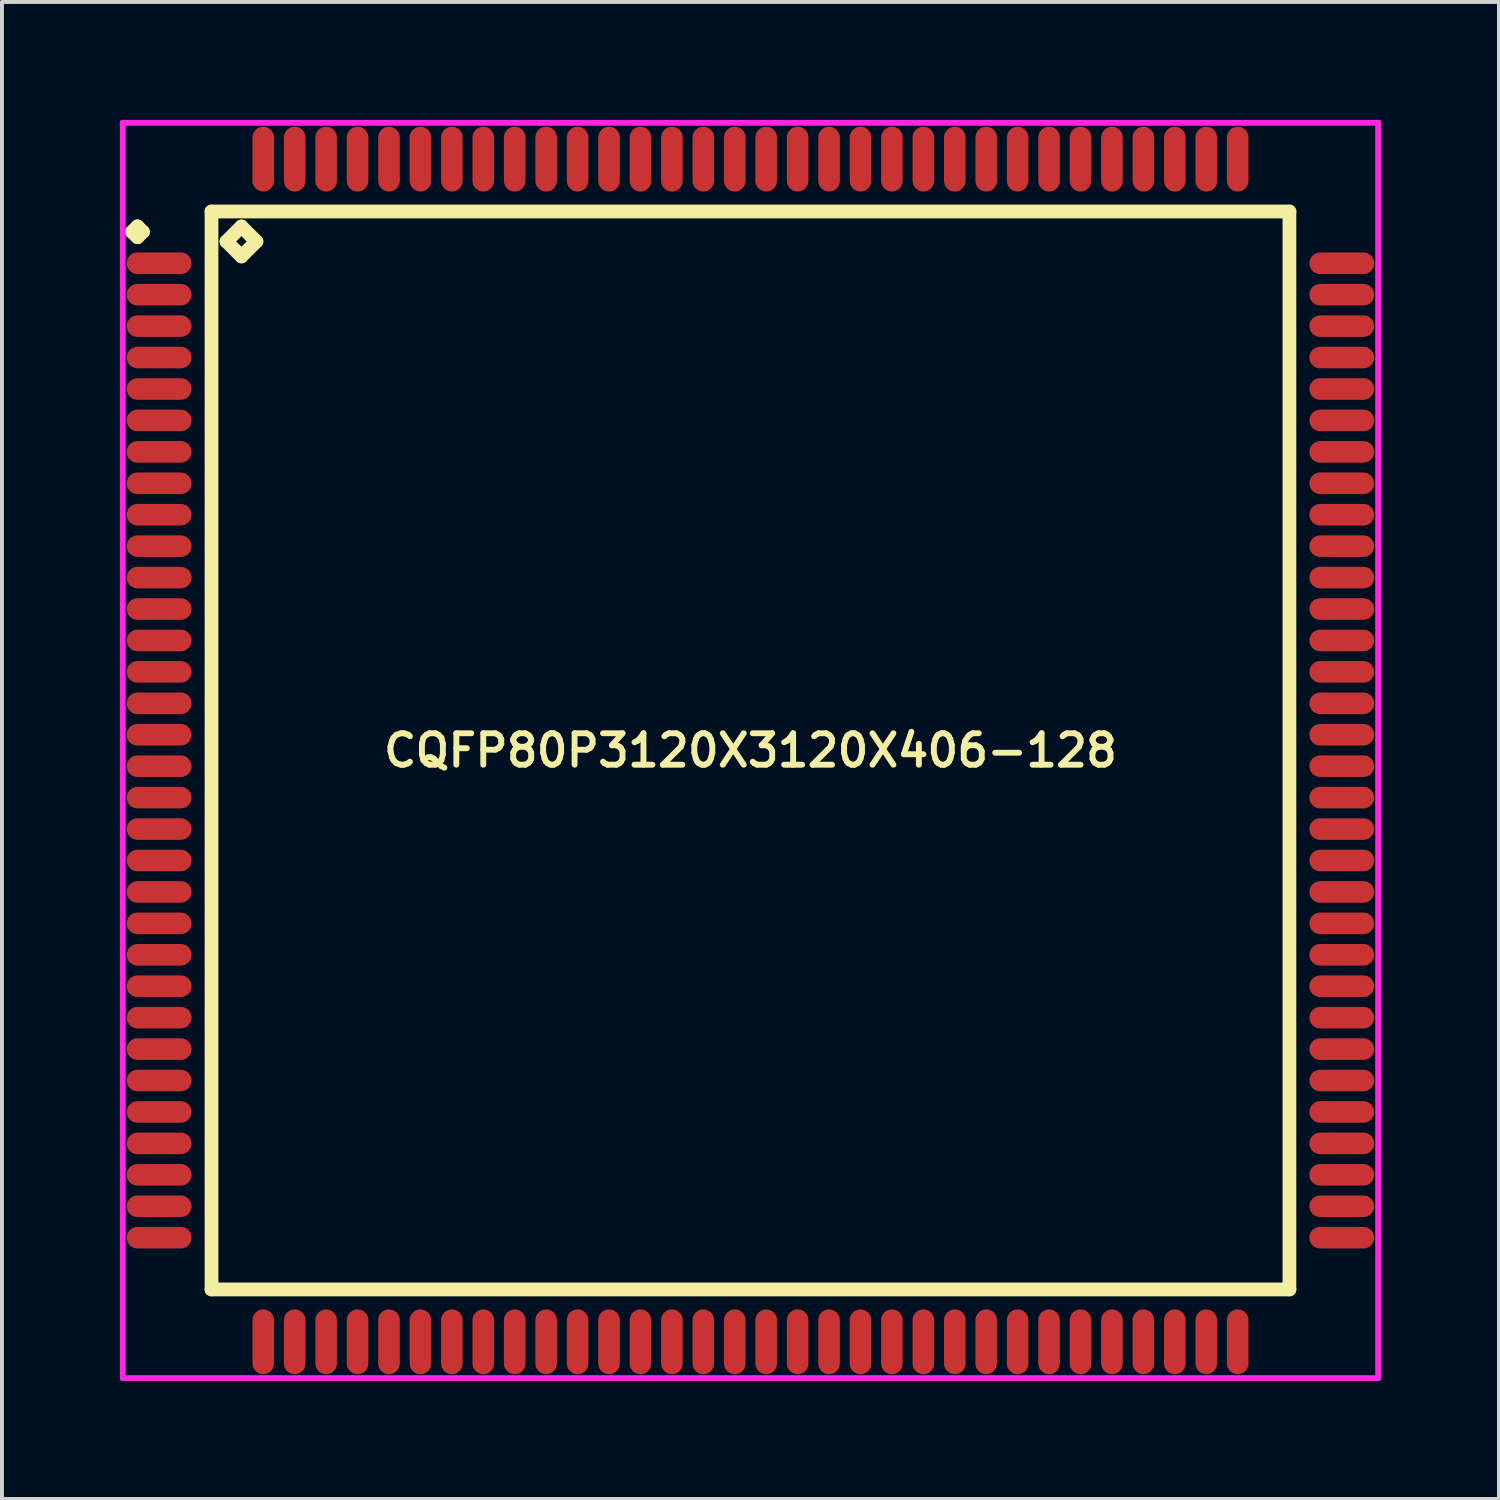
<source format=kicad_pcb>
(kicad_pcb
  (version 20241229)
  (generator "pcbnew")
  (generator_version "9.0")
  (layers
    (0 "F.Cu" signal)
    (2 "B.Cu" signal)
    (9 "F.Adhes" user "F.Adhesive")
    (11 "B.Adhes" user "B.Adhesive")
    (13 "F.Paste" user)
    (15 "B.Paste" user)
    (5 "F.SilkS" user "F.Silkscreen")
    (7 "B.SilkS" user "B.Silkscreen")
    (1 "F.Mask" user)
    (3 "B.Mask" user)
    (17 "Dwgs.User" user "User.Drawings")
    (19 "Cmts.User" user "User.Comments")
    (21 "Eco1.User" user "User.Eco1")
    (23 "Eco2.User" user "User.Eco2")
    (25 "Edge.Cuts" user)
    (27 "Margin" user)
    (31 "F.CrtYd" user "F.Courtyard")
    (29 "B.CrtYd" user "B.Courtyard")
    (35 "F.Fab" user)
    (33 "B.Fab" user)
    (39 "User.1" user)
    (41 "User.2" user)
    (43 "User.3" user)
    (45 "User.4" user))
  (footprint "CQFP80P3120X3120X406-128"
    (layer "F.Cu")
    (at 16.05 16.05)
    (property "Reference" "CQFP80P3120X3120X406-128" (at 0 0 0) (layer "F.SilkS") (effects (font (size 0.8 0.8) (thickness 0.15))))
    (attr smd)
    (fp_line (start -15.738 -13.2) (end -15.6 -13.338) (stroke (width 0.35) (type solid)) (layer "F.SilkS"))
    (fp_line (start -15.6 -13.338) (end -15.463 -13.2) (stroke (width 0.35) (type solid)) (layer "F.SilkS"))
    (fp_line (start -15.6 -13.062) (end -15.738 -13.2) (stroke (width 0.35) (type solid)) (layer "F.SilkS"))
    (fp_line (start -15.463 -13.2) (end -15.6 -13.062) (stroke (width 0.35) (type solid)) (layer "F.SilkS"))
    (fp_line (start -13.717 -13.717) (end -13.717 13.717) (stroke (width 0.35) (type solid)) (layer "F.SilkS"))
    (fp_line (start -13.717 13.717) (end 13.717 13.717) (stroke (width 0.35) (type solid)) (layer "F.SilkS"))
    (fp_line (start -13.336 -12.955) (end -12.955 -13.336) (stroke (width 0.35) (type solid)) (layer "F.SilkS"))
    (fp_line (start -12.955 -13.336) (end -12.574 -12.955) (stroke (width 0.35) (type solid)) (layer "F.SilkS"))
    (fp_line (start -12.955 -12.574) (end -13.336 -12.955) (stroke (width 0.35) (type solid)) (layer "F.SilkS"))
    (fp_line (start -12.574 -12.955) (end -12.955 -12.574) (stroke (width 0.35) (type solid)) (layer "F.SilkS"))
    (fp_line (start 13.717 -13.717) (end -13.717 -13.717) (stroke (width 0.35) (type solid)) (layer "F.SilkS"))
    (fp_line (start 13.717 13.717) (end 13.717 -13.717) (stroke (width 0.35) (type solid)) (layer "F.SilkS"))
    (fp_line (start -15.975 -15.975) (end 15.975 -15.975) (stroke (width 0.15) (type solid)) (layer "F.CrtYd"))
    (fp_line (start -15.975 15.975) (end -15.975 -15.975) (stroke (width 0.15) (type solid)) (layer "F.CrtYd"))
    (fp_line (start 15.975 -15.975) (end 15.975 15.975) (stroke (width 0.15) (type solid)) (layer "F.CrtYd"))
    (fp_line (start 15.975 15.975) (end -15.975 15.975) (stroke (width 0.15) (type solid)) (layer "F.CrtYd"))
    (pad "1" smd oval (at -15.05 -12.4) (size 1.65 0.55) (layers "F.Cu" "F.Mask" "F.Paste"))
    (pad "2" smd oval (at -15.05 -11.6) (size 1.65 0.55) (layers "F.Cu" "F.Mask" "F.Paste"))
    (pad "3" smd oval (at -15.05 -10.8) (size 1.65 0.55) (layers "F.Cu" "F.Mask" "F.Paste"))
    (pad "4" smd oval (at -15.05 -10) (size 1.65 0.55) (layers "F.Cu" "F.Mask" "F.Paste"))
    (pad "5" smd oval (at -15.05 -9.2) (size 1.65 0.55) (layers "F.Cu" "F.Mask" "F.Paste"))
    (pad "6" smd oval (at -15.05 -8.4) (size 1.65 0.55) (layers "F.Cu" "F.Mask" "F.Paste"))
    (pad "7" smd oval (at -15.05 -7.6) (size 1.65 0.55) (layers "F.Cu" "F.Mask" "F.Paste"))
    (pad "8" smd oval (at -15.05 -6.8) (size 1.65 0.55) (layers "F.Cu" "F.Mask" "F.Paste"))
    (pad "9" smd oval (at -15.05 -6) (size 1.65 0.55) (layers "F.Cu" "F.Mask" "F.Paste"))
    (pad "10" smd oval (at -15.05 -5.2) (size 1.65 0.55) (layers "F.Cu" "F.Mask" "F.Paste"))
    (pad "11" smd oval (at -15.05 -4.4) (size 1.65 0.55) (layers "F.Cu" "F.Mask" "F.Paste"))
    (pad "12" smd oval (at -15.05 -3.6) (size 1.65 0.55) (layers "F.Cu" "F.Mask" "F.Paste"))
    (pad "13" smd oval (at -15.05 -2.8) (size 1.65 0.55) (layers "F.Cu" "F.Mask" "F.Paste"))
    (pad "14" smd oval (at -15.05 -2) (size 1.65 0.55) (layers "F.Cu" "F.Mask" "F.Paste"))
    (pad "15" smd oval (at -15.05 -1.2) (size 1.65 0.55) (layers "F.Cu" "F.Mask" "F.Paste"))
    (pad "16" smd oval (at -15.05 -0.4) (size 1.65 0.55) (layers "F.Cu" "F.Mask" "F.Paste"))
    (pad "17" smd oval (at -15.05 0.4) (size 1.65 0.55) (layers "F.Cu" "F.Mask" "F.Paste"))
    (pad "18" smd oval (at -15.05 1.2) (size 1.65 0.55) (layers "F.Cu" "F.Mask" "F.Paste"))
    (pad "19" smd oval (at -15.05 2) (size 1.65 0.55) (layers "F.Cu" "F.Mask" "F.Paste"))
    (pad "20" smd oval (at -15.05 2.8) (size 1.65 0.55) (layers "F.Cu" "F.Mask" "F.Paste"))
    (pad "21" smd oval (at -15.05 3.6) (size 1.65 0.55) (layers "F.Cu" "F.Mask" "F.Paste"))
    (pad "22" smd oval (at -15.05 4.4) (size 1.65 0.55) (layers "F.Cu" "F.Mask" "F.Paste"))
    (pad "23" smd oval (at -15.05 5.2) (size 1.65 0.55) (layers "F.Cu" "F.Mask" "F.Paste"))
    (pad "24" smd oval (at -15.05 6) (size 1.65 0.55) (layers "F.Cu" "F.Mask" "F.Paste"))
    (pad "25" smd oval (at -15.05 6.8) (size 1.65 0.55) (layers "F.Cu" "F.Mask" "F.Paste"))
    (pad "26" smd oval (at -15.05 7.6) (size 1.65 0.55) (layers "F.Cu" "F.Mask" "F.Paste"))
    (pad "27" smd oval (at -15.05 8.4) (size 1.65 0.55) (layers "F.Cu" "F.Mask" "F.Paste"))
    (pad "28" smd oval (at -15.05 9.2) (size 1.65 0.55) (layers "F.Cu" "F.Mask" "F.Paste"))
    (pad "29" smd oval (at -15.05 10) (size 1.65 0.55) (layers "F.Cu" "F.Mask" "F.Paste"))
    (pad "30" smd oval (at -15.05 10.8) (size 1.65 0.55) (layers "F.Cu" "F.Mask" "F.Paste"))
    (pad "31" smd oval (at -15.05 11.6) (size 1.65 0.55) (layers "F.Cu" "F.Mask" "F.Paste"))
    (pad "32" smd oval (at -15.05 12.4) (size 1.65 0.55) (layers "F.Cu" "F.Mask" "F.Paste"))
    (pad "33" smd oval (at -12.4 15.05) (size 0.55 1.65) (layers "F.Cu" "F.Mask" "F.Paste"))
    (pad "34" smd oval (at -11.6 15.05) (size 0.55 1.65) (layers "F.Cu" "F.Mask" "F.Paste"))
    (pad "35" smd oval (at -10.8 15.05) (size 0.55 1.65) (layers "F.Cu" "F.Mask" "F.Paste"))
    (pad "36" smd oval (at -10 15.05) (size 0.55 1.65) (layers "F.Cu" "F.Mask" "F.Paste"))
    (pad "37" smd oval (at -9.2 15.05) (size 0.55 1.65) (layers "F.Cu" "F.Mask" "F.Paste"))
    (pad "38" smd oval (at -8.4 15.05) (size 0.55 1.65) (layers "F.Cu" "F.Mask" "F.Paste"))
    (pad "39" smd oval (at -7.6 15.05) (size 0.55 1.65) (layers "F.Cu" "F.Mask" "F.Paste"))
    (pad "40" smd oval (at -6.8 15.05) (size 0.55 1.65) (layers "F.Cu" "F.Mask" "F.Paste"))
    (pad "41" smd oval (at -6 15.05) (size 0.55 1.65) (layers "F.Cu" "F.Mask" "F.Paste"))
    (pad "42" smd oval (at -5.2 15.05) (size 0.55 1.65) (layers "F.Cu" "F.Mask" "F.Paste"))
    (pad "43" smd oval (at -4.4 15.05) (size 0.55 1.65) (layers "F.Cu" "F.Mask" "F.Paste"))
    (pad "44" smd oval (at -3.6 15.05) (size 0.55 1.65) (layers "F.Cu" "F.Mask" "F.Paste"))
    (pad "45" smd oval (at -2.8 15.05) (size 0.55 1.65) (layers "F.Cu" "F.Mask" "F.Paste"))
    (pad "46" smd oval (at -2 15.05) (size 0.55 1.65) (layers "F.Cu" "F.Mask" "F.Paste"))
    (pad "47" smd oval (at -1.2 15.05) (size 0.55 1.65) (layers "F.Cu" "F.Mask" "F.Paste"))
    (pad "48" smd oval (at -0.4 15.05) (size 0.55 1.65) (layers "F.Cu" "F.Mask" "F.Paste"))
    (pad "49" smd oval (at 0.4 15.05) (size 0.55 1.65) (layers "F.Cu" "F.Mask" "F.Paste"))
    (pad "50" smd oval (at 1.2 15.05) (size 0.55 1.65) (layers "F.Cu" "F.Mask" "F.Paste"))
    (pad "51" smd oval (at 2 15.05) (size 0.55 1.65) (layers "F.Cu" "F.Mask" "F.Paste"))
    (pad "52" smd oval (at 2.8 15.05) (size 0.55 1.65) (layers "F.Cu" "F.Mask" "F.Paste"))
    (pad "53" smd oval (at 3.6 15.05) (size 0.55 1.65) (layers "F.Cu" "F.Mask" "F.Paste"))
    (pad "54" smd oval (at 4.4 15.05) (size 0.55 1.65) (layers "F.Cu" "F.Mask" "F.Paste"))
    (pad "55" smd oval (at 5.2 15.05) (size 0.55 1.65) (layers "F.Cu" "F.Mask" "F.Paste"))
    (pad "56" smd oval (at 6 15.05) (size 0.55 1.65) (layers "F.Cu" "F.Mask" "F.Paste"))
    (pad "57" smd oval (at 6.8 15.05) (size 0.55 1.65) (layers "F.Cu" "F.Mask" "F.Paste"))
    (pad "58" smd oval (at 7.6 15.05) (size 0.55 1.65) (layers "F.Cu" "F.Mask" "F.Paste"))
    (pad "59" smd oval (at 8.4 15.05) (size 0.55 1.65) (layers "F.Cu" "F.Mask" "F.Paste"))
    (pad "60" smd oval (at 9.2 15.05) (size 0.55 1.65) (layers "F.Cu" "F.Mask" "F.Paste"))
    (pad "61" smd oval (at 10 15.05) (size 0.55 1.65) (layers "F.Cu" "F.Mask" "F.Paste"))
    (pad "62" smd oval (at 10.8 15.05) (size 0.55 1.65) (layers "F.Cu" "F.Mask" "F.Paste"))
    (pad "63" smd oval (at 11.6 15.05) (size 0.55 1.65) (layers "F.Cu" "F.Mask" "F.Paste"))
    (pad "64" smd oval (at 12.4 15.05) (size 0.55 1.65) (layers "F.Cu" "F.Mask" "F.Paste"))
    (pad "65" smd oval (at 15.05 12.4) (size 1.65 0.55) (layers "F.Cu" "F.Mask" "F.Paste"))
    (pad "66" smd oval (at 15.05 11.6) (size 1.65 0.55) (layers "F.Cu" "F.Mask" "F.Paste"))
    (pad "67" smd oval (at 15.05 10.8) (size 1.65 0.55) (layers "F.Cu" "F.Mask" "F.Paste"))
    (pad "68" smd oval (at 15.05 10) (size 1.65 0.55) (layers "F.Cu" "F.Mask" "F.Paste"))
    (pad "69" smd oval (at 15.05 9.2) (size 1.65 0.55) (layers "F.Cu" "F.Mask" "F.Paste"))
    (pad "70" smd oval (at 15.05 8.4) (size 1.65 0.55) (layers "F.Cu" "F.Mask" "F.Paste"))
    (pad "71" smd oval (at 15.05 7.6) (size 1.65 0.55) (layers "F.Cu" "F.Mask" "F.Paste"))
    (pad "72" smd oval (at 15.05 6.8) (size 1.65 0.55) (layers "F.Cu" "F.Mask" "F.Paste"))
    (pad "73" smd oval (at 15.05 6) (size 1.65 0.55) (layers "F.Cu" "F.Mask" "F.Paste"))
    (pad "74" smd oval (at 15.05 5.2) (size 1.65 0.55) (layers "F.Cu" "F.Mask" "F.Paste"))
    (pad "75" smd oval (at 15.05 4.4) (size 1.65 0.55) (layers "F.Cu" "F.Mask" "F.Paste"))
    (pad "76" smd oval (at 15.05 3.6) (size 1.65 0.55) (layers "F.Cu" "F.Mask" "F.Paste"))
    (pad "77" smd oval (at 15.05 2.8) (size 1.65 0.55) (layers "F.Cu" "F.Mask" "F.Paste"))
    (pad "78" smd oval (at 15.05 2) (size 1.65 0.55) (layers "F.Cu" "F.Mask" "F.Paste"))
    (pad "79" smd oval (at 15.05 1.2) (size 1.65 0.55) (layers "F.Cu" "F.Mask" "F.Paste"))
    (pad "80" smd oval (at 15.05 0.4) (size 1.65 0.55) (layers "F.Cu" "F.Mask" "F.Paste"))
    (pad "81" smd oval (at 15.05 -0.4) (size 1.65 0.55) (layers "F.Cu" "F.Mask" "F.Paste"))
    (pad "82" smd oval (at 15.05 -1.2) (size 1.65 0.55) (layers "F.Cu" "F.Mask" "F.Paste"))
    (pad "83" smd oval (at 15.05 -2) (size 1.65 0.55) (layers "F.Cu" "F.Mask" "F.Paste"))
    (pad "84" smd oval (at 15.05 -2.8) (size 1.65 0.55) (layers "F.Cu" "F.Mask" "F.Paste"))
    (pad "85" smd oval (at 15.05 -3.6) (size 1.65 0.55) (layers "F.Cu" "F.Mask" "F.Paste"))
    (pad "86" smd oval (at 15.05 -4.4) (size 1.65 0.55) (layers "F.Cu" "F.Mask" "F.Paste"))
    (pad "87" smd oval (at 15.05 -5.2) (size 1.65 0.55) (layers "F.Cu" "F.Mask" "F.Paste"))
    (pad "88" smd oval (at 15.05 -6) (size 1.65 0.55) (layers "F.Cu" "F.Mask" "F.Paste"))
    (pad "89" smd oval (at 15.05 -6.8) (size 1.65 0.55) (layers "F.Cu" "F.Mask" "F.Paste"))
    (pad "90" smd oval (at 15.05 -7.6) (size 1.65 0.55) (layers "F.Cu" "F.Mask" "F.Paste"))
    (pad "91" smd oval (at 15.05 -8.4) (size 1.65 0.55) (layers "F.Cu" "F.Mask" "F.Paste"))
    (pad "92" smd oval (at 15.05 -9.2) (size 1.65 0.55) (layers "F.Cu" "F.Mask" "F.Paste"))
    (pad "93" smd oval (at 15.05 -10) (size 1.65 0.55) (layers "F.Cu" "F.Mask" "F.Paste"))
    (pad "94" smd oval (at 15.05 -10.8) (size 1.65 0.55) (layers "F.Cu" "F.Mask" "F.Paste"))
    (pad "95" smd oval (at 15.05 -11.6) (size 1.65 0.55) (layers "F.Cu" "F.Mask" "F.Paste"))
    (pad "96" smd oval (at 15.05 -12.4) (size 1.65 0.55) (layers "F.Cu" "F.Mask" "F.Paste"))
    (pad "97" smd oval (at 12.4 -15.05) (size 0.55 1.65) (layers "F.Cu" "F.Mask" "F.Paste"))
    (pad "98" smd oval (at 11.6 -15.05) (size 0.55 1.65) (layers "F.Cu" "F.Mask" "F.Paste"))
    (pad "99" smd oval (at 10.8 -15.05) (size 0.55 1.65) (layers "F.Cu" "F.Mask" "F.Paste"))
    (pad "100" smd oval (at 10 -15.05) (size 0.55 1.65) (layers "F.Cu" "F.Mask" "F.Paste"))
    (pad "101" smd oval (at 9.2 -15.05) (size 0.55 1.65) (layers "F.Cu" "F.Mask" "F.Paste"))
    (pad "102" smd oval (at 8.4 -15.05) (size 0.55 1.65) (layers "F.Cu" "F.Mask" "F.Paste"))
    (pad "103" smd oval (at 7.6 -15.05) (size 0.55 1.65) (layers "F.Cu" "F.Mask" "F.Paste"))
    (pad "104" smd oval (at 6.8 -15.05) (size 0.55 1.65) (layers "F.Cu" "F.Mask" "F.Paste"))
    (pad "105" smd oval (at 6 -15.05) (size 0.55 1.65) (layers "F.Cu" "F.Mask" "F.Paste"))
    (pad "106" smd oval (at 5.2 -15.05) (size 0.55 1.65) (layers "F.Cu" "F.Mask" "F.Paste"))
    (pad "107" smd oval (at 4.4 -15.05) (size 0.55 1.65) (layers "F.Cu" "F.Mask" "F.Paste"))
    (pad "108" smd oval (at 3.6 -15.05) (size 0.55 1.65) (layers "F.Cu" "F.Mask" "F.Paste"))
    (pad "109" smd oval (at 2.8 -15.05) (size 0.55 1.65) (layers "F.Cu" "F.Mask" "F.Paste"))
    (pad "110" smd oval (at 2 -15.05) (size 0.55 1.65) (layers "F.Cu" "F.Mask" "F.Paste"))
    (pad "111" smd oval (at 1.2 -15.05) (size 0.55 1.65) (layers "F.Cu" "F.Mask" "F.Paste"))
    (pad "112" smd oval (at 0.4 -15.05) (size 0.55 1.65) (layers "F.Cu" "F.Mask" "F.Paste"))
    (pad "113" smd oval (at -0.4 -15.05) (size 0.55 1.65) (layers "F.Cu" "F.Mask" "F.Paste"))
    (pad "114" smd oval (at -1.2 -15.05) (size 0.55 1.65) (layers "F.Cu" "F.Mask" "F.Paste"))
    (pad "115" smd oval (at -2 -15.05) (size 0.55 1.65) (layers "F.Cu" "F.Mask" "F.Paste"))
    (pad "116" smd oval (at -2.8 -15.05) (size 0.55 1.65) (layers "F.Cu" "F.Mask" "F.Paste"))
    (pad "117" smd oval (at -3.6 -15.05) (size 0.55 1.65) (layers "F.Cu" "F.Mask" "F.Paste"))
    (pad "118" smd oval (at -4.4 -15.05) (size 0.55 1.65) (layers "F.Cu" "F.Mask" "F.Paste"))
    (pad "119" smd oval (at -5.2 -15.05) (size 0.55 1.65) (layers "F.Cu" "F.Mask" "F.Paste"))
    (pad "120" smd oval (at -6 -15.05) (size 0.55 1.65) (layers "F.Cu" "F.Mask" "F.Paste"))
    (pad "121" smd oval (at -6.8 -15.05) (size 0.55 1.65) (layers "F.Cu" "F.Mask" "F.Paste"))
    (pad "122" smd oval (at -7.6 -15.05) (size 0.55 1.65) (layers "F.Cu" "F.Mask" "F.Paste"))
    (pad "123" smd oval (at -8.4 -15.05) (size 0.55 1.65) (layers "F.Cu" "F.Mask" "F.Paste"))
    (pad "124" smd oval (at -9.2 -15.05) (size 0.55 1.65) (layers "F.Cu" "F.Mask" "F.Paste"))
    (pad "125" smd oval (at -10 -15.05) (size 0.55 1.65) (layers "F.Cu" "F.Mask" "F.Paste"))
    (pad "126" smd oval (at -10.8 -15.05) (size 0.55 1.65) (layers "F.Cu" "F.Mask" "F.Paste"))
    (pad "127" smd oval (at -11.6 -15.05) (size 0.55 1.65) (layers "F.Cu" "F.Mask" "F.Paste"))
    (pad "128" smd oval (at -12.4 -15.05) (size 0.55 1.65) (layers "F.Cu" "F.Mask" "F.Paste")))
  (gr_rect
    (start -3 -3)
    (end 35.1 35.1)
    (stroke (width 0.1) (type default))
    (fill no)
    (layer "Edge.Cuts")))
</source>
